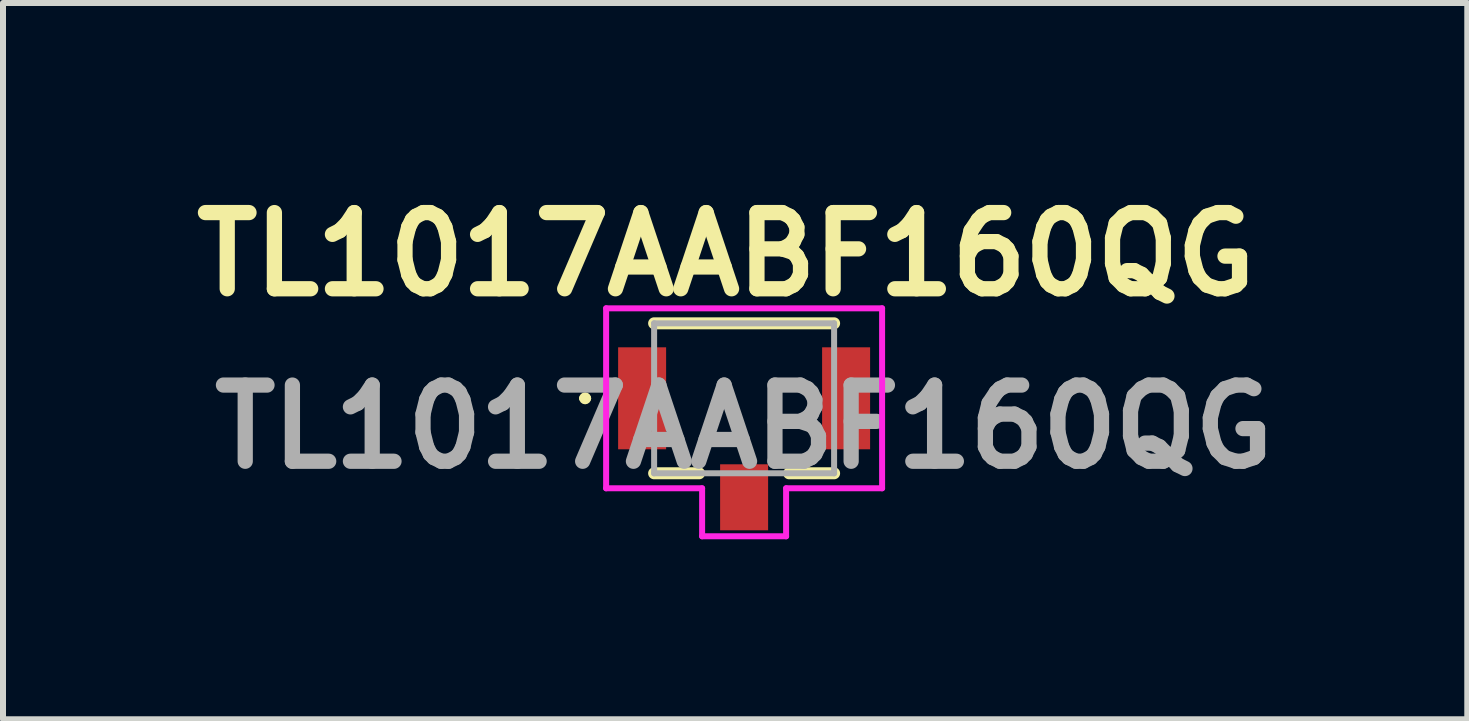
<source format=kicad_pcb>
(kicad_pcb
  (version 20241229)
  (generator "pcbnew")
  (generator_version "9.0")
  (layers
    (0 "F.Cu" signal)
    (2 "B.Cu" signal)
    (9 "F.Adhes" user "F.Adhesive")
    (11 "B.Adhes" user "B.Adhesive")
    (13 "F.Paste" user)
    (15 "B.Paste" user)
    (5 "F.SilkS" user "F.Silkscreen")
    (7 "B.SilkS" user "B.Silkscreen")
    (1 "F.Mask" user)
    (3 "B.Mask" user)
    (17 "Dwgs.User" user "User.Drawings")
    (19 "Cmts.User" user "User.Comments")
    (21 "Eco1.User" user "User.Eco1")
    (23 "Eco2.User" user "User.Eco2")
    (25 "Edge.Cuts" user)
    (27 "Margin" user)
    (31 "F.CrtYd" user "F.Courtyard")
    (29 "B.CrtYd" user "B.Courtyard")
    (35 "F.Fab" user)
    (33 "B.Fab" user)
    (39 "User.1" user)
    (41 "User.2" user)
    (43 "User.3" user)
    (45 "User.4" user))
  (footprint "TL1017AABF160QG"
    (layer "F.Cu")
    (at 9.353 3.589)
    (property "Reference" "TL1017AABF160QG" (at -0.3 -2.4 0) (layer "F.SilkS") (effects (font (size 1.27 1.27) (thickness 0.254))))
    (attr smd)
    (fp_line (start -2.7 0) (end -2.7 0) (stroke (width 0.1) (type solid)) (layer "F.SilkS"))
    (fp_line (start -2.6 0) (end -2.6 0) (stroke (width 0.1) (type solid)) (layer "F.SilkS"))
    (fp_line (start -1.5 -1.25) (end 1.5 -1.25) (stroke (width 0.2) (type solid)) (layer "F.SilkS"))
    (fp_line (start -1.5 1.25) (end -0.75 1.25) (stroke (width 0.2) (type solid)) (layer "F.SilkS"))
    (fp_line (start 1.5 1.25) (end 0.75 1.25) (stroke (width 0.2) (type solid)) (layer "F.SilkS"))
    (fp_arc (start -2.7 0) (mid -2.65 -0.05) (end -2.6 0) (stroke (width 0.1) (type solid)) (layer "F.SilkS"))
    (fp_arc (start -2.6 0) (mid -2.65 0.05) (end -2.7 0) (stroke (width 0.1) (type solid)) (layer "F.SilkS"))
    (fp_line (start -2.3 -1.5) (end 2.3 -1.5) (stroke (width 0.1) (type solid)) (layer "F.CrtYd"))
    (fp_line (start -2.3 1.5) (end -2.3 -1.5) (stroke (width 0.1) (type solid)) (layer "F.CrtYd"))
    (fp_line (start -0.7 1.5) (end -2.3 1.5) (stroke (width 0.1) (type solid)) (layer "F.CrtYd"))
    (fp_line (start -0.7 2.3) (end -0.7 1.5) (stroke (width 0.1) (type solid)) (layer "F.CrtYd"))
    (fp_line (start 0.7 1.5) (end 0.7 2.3) (stroke (width 0.1) (type solid)) (layer "F.CrtYd"))
    (fp_line (start 0.7 2.3) (end -0.7 2.3) (stroke (width 0.1) (type solid)) (layer "F.CrtYd"))
    (fp_line (start 2.3 -1.5) (end 2.3 1.5) (stroke (width 0.1) (type solid)) (layer "F.CrtYd"))
    (fp_line (start 2.3 1.5) (end 0.7 1.5) (stroke (width 0.1) (type solid)) (layer "F.CrtYd"))
    (fp_line (start -1.5 -1.25) (end 1.5 -1.25) (stroke (width 0.1) (type solid)) (layer "F.Fab"))
    (fp_line (start -1.5 1.25) (end -1.5 -1.25) (stroke (width 0.1) (type solid)) (layer "F.Fab"))
    (fp_line (start 1.5 -1.25) (end 1.5 1.25) (stroke (width 0.1) (type solid)) (layer "F.Fab"))
    (fp_line (start 1.5 1.25) (end -1.5 1.25) (stroke (width 0.1) (type solid)) (layer "F.Fab"))
    (fp_text user "${REFERENCE}" (at 0 0.475 0) (layer "F.Fab") (effects (font (size 1.27 1.27) (thickness 0.254))))
    (pad "1" smd rect (at -1.7 0) (size 0.8 1.7) (layers "F.Cu" "F.Mask" "F.Paste"))
    (pad "2" smd rect (at 1.7 0) (size 0.8 1.7) (layers "F.Cu" "F.Mask" "F.Paste"))
    (pad "G1" smd rect (at 0 1.65) (size 0.8 1.1) (layers "F.Cu" "F.Mask" "F.Paste")))
  (gr_rect
    (start -3 -3)
    (end 21.407 8.939)
    (stroke (width 0.1) (type default))
    (fill no)
    (layer "Edge.Cuts")))
</source>
